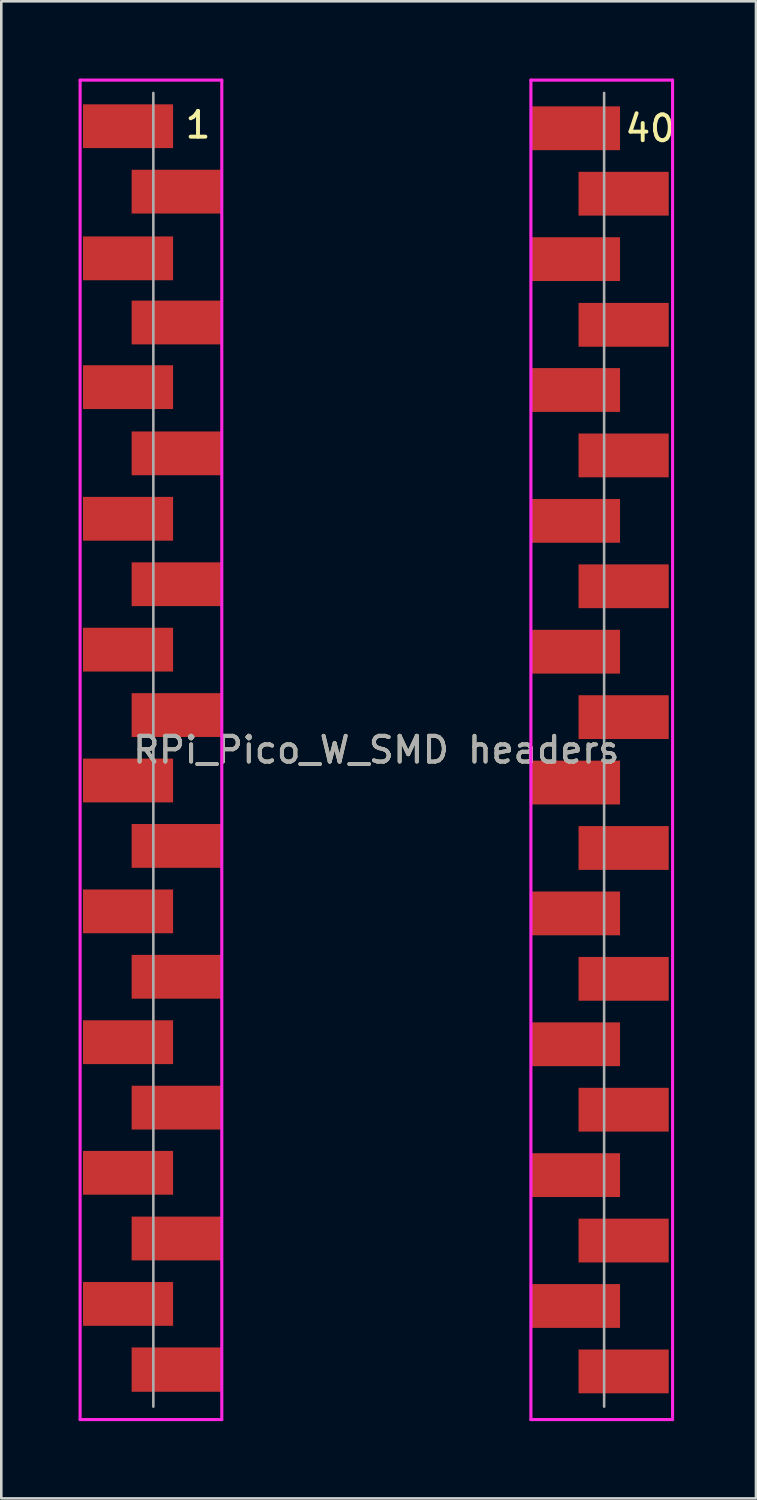
<source format=kicad_pcb>
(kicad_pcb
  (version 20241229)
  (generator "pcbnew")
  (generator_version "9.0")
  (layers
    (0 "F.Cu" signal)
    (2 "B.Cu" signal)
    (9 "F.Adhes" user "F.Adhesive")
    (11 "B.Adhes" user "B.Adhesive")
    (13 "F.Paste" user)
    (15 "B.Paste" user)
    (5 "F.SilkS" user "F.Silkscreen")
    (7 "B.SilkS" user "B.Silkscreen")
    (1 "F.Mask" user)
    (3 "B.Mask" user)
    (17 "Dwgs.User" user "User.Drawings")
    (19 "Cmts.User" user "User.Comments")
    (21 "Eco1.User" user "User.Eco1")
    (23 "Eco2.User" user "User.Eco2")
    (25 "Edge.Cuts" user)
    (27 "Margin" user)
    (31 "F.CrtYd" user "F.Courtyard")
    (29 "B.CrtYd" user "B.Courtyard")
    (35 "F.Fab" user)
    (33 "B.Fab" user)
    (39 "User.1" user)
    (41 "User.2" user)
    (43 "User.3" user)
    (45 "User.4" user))
  (footprint "RPi_Pico_W_SMD headers"
    (layer "F.Cu")
    (at 11.56 26.06)
    (property "Reference" "RPi_Pico_W_SMD headers" (at 0 0 0) (layer "F.SilkS") (effects (font (size 1 1) (thickness 0.15))))
    (attr smd)
    (fp_line (start -11.5 -26) (end -6 -26) (stroke (width 0.12) (type solid)) (layer "F.CrtYd"))
    (fp_line (start -11.5 26) (end -11.5 -26) (stroke (width 0.12) (type solid)) (layer "F.CrtYd"))
    (fp_line (start -6 -26) (end -6 26) (stroke (width 0.12) (type solid)) (layer "F.CrtYd"))
    (fp_line (start -6 26) (end -11.5 26) (stroke (width 0.12) (type solid)) (layer "F.CrtYd"))
    (fp_line (start 6 -26) (end 11.5 -26) (stroke (width 0.12) (type solid)) (layer "F.CrtYd"))
    (fp_line (start 6 26) (end 6 -26) (stroke (width 0.12) (type solid)) (layer "F.CrtYd"))
    (fp_line (start 11.5 -26) (end 11.5 26) (stroke (width 0.12) (type solid)) (layer "F.CrtYd"))
    (fp_line (start 11.5 26) (end 6 26) (stroke (width 0.12) (type solid)) (layer "F.CrtYd"))
    (fp_line (start -8.657 -25.502) (end -8.657 25.498) (stroke (width 0.1) (type default)) (layer "F.Fab"))
    (fp_line (start 8.843 -25.502) (end 8.843 25.498) (stroke (width 0.1) (type default)) (layer "F.Fab"))
    (fp_text user "1" (at -7.5 -23.674 0) (unlocked yes) (layer "F.SilkS") (effects (font (size 1 1) (thickness 0.153)) (justify left bottom)))
    (fp_text user "40" (at 9.574 -23.537 0) (unlocked yes) (layer "F.SilkS") (effects (font (size 1 1) (thickness 0.153)) (justify left bottom)))
    (fp_text user "${REFERENCE}" (at 0 0 180) (layer "F.Fab") (effects (font (size 1 1) (thickness 0.15))))
    (pad "1" smd rect (at -10.54 -24.21) (size 3.5 1.7) (drill (offset 0.9 0)) (layers "F.Cu" "F.Mask"))
    (pad "2" smd rect (at -8.65 -21.67) (size 3.46 1.7) (drill (offset 0.88 0)) (layers "F.Cu" "F.Mask"))
    (pad "3" smd rect (at -10.54 -19.08) (size 3.5 1.7) (drill (offset 0.9 0)) (layers "F.Cu" "F.Mask"))
    (pad "4" smd rect (at -8.65 -16.59) (size 3.46 1.7) (drill (offset 0.88 0)) (layers "F.Cu" "F.Mask"))
    (pad "5" smd rect (at -10.54 -14.08) (size 3.5 1.7) (drill (offset 0.9 0)) (layers "F.Cu" "F.Mask"))
    (pad "6" smd rect (at -8.65 -11.51) (size 3.46 1.7) (drill (offset 0.88 0)) (layers "F.Cu" "F.Mask"))
    (pad "7" smd rect (at -10.54 -8.97) (size 3.5 1.7) (drill (offset 0.9 0)) (layers "F.Cu" "F.Mask"))
    (pad "8" smd rect (at -8.65 -6.43) (size 3.46 1.7) (drill (offset 0.88 0)) (layers "F.Cu" "F.Mask"))
    (pad "9" smd rect (at -10.54 -3.89) (size 3.5 1.7) (drill (offset 0.9 0)) (layers "F.Cu" "F.Mask"))
    (pad "10" smd rect (at -8.65 -1.35) (size 3.46 1.7) (drill (offset 0.88 0)) (layers "F.Cu" "F.Mask"))
    (pad "11" smd rect (at -10.54 1.19) (size 3.5 1.7) (drill (offset 0.9 0)) (layers "F.Cu" "F.Mask"))
    (pad "12" smd rect (at -8.65 3.73) (size 3.46 1.7) (drill (offset 0.88 0)) (layers "F.Cu" "F.Mask"))
    (pad "13" smd rect (at -10.54 6.27) (size 3.5 1.7) (drill (offset 0.9 0)) (layers "F.Cu" "F.Mask"))
    (pad "14" smd rect (at -8.65 8.81) (size 3.46 1.7) (drill (offset 0.88 0)) (layers "F.Cu" "F.Mask"))
    (pad "15" smd rect (at -10.54 11.35) (size 3.5 1.7) (drill (offset 0.9 0)) (layers "F.Cu" "F.Mask"))
    (pad "16" smd rect (at -8.65 13.89) (size 3.46 1.7) (drill (offset 0.88 0)) (layers "F.Cu" "F.Mask"))
    (pad "17" smd rect (at -10.54 16.42) (size 3.5 1.7) (drill (offset 0.9 0)) (layers "F.Cu" "F.Mask"))
    (pad "18" smd rect (at -8.65 18.97) (size 3.46 1.7) (drill (offset 0.88 0)) (layers "F.Cu" "F.Mask"))
    (pad "19" smd rect (at -10.54 21.51) (size 3.5 1.7) (drill (offset 0.9 0)) (layers "F.Cu" "F.Mask"))
    (pad "20" smd rect (at -8.65 24.05) (size 3.46 1.72) (drill (offset 0.88 0.01)) (layers "F.Cu" "F.Mask"))
    (pad "21" smd rect (at 10.5 24.13) (size 3.5 1.7) (drill (offset -0.9 0)) (layers "F.Cu" "F.Mask"))
    (pad "22" smd rect (at 8.61 21.59) (size 3.46 1.7) (drill (offset -0.88 0)) (layers "F.Cu" "F.Mask"))
    (pad "23" smd rect (at 10.5 19.05) (size 3.5 1.7) (drill (offset -0.9 0)) (layers "F.Cu" "F.Mask"))
    (pad "24" smd rect (at 8.61 16.51) (size 3.46 1.7) (drill (offset -0.88 0)) (layers "F.Cu" "F.Mask"))
    (pad "25" smd rect (at 10.5 13.97) (size 3.5 1.7) (drill (offset -0.9 0)) (layers "F.Cu" "F.Mask"))
    (pad "26" smd rect (at 8.61 11.43) (size 3.46 1.7) (drill (offset -0.88 0)) (layers "F.Cu" "F.Mask"))
    (pad "27" smd rect (at 10.5 8.89) (size 3.5 1.7) (drill (offset -0.9 0)) (layers "F.Cu" "F.Mask"))
    (pad "28" smd rect (at 8.61 6.35) (size 3.46 1.7) (drill (offset -0.88 0)) (layers "F.Cu" "F.Mask"))
    (pad "29" smd rect (at 10.5 3.81) (size 3.5 1.7) (drill (offset -0.9 0)) (layers "F.Cu" "F.Mask"))
    (pad "30" smd rect (at 8.61 1.27) (size 3.46 1.7) (drill (offset -0.88 0)) (layers "F.Cu" "F.Mask"))
    (pad "31" smd rect (at 10.5 -1.27) (size 3.5 1.7) (drill (offset -0.9 0)) (layers "F.Cu" "F.Mask"))
    (pad "32" smd rect (at 8.61 -3.81) (size 3.46 1.7) (drill (offset -0.88 0)) (layers "F.Cu" "F.Mask"))
    (pad "33" smd rect (at 10.5 -6.35) (size 3.5 1.7) (drill (offset -0.9 0)) (layers "F.Cu" "F.Mask"))
    (pad "34" smd rect (at 8.61 -8.89) (size 3.46 1.7) (drill (offset -0.88 0)) (layers "F.Cu" "F.Mask"))
    (pad "35" smd rect (at 10.5 -11.43) (size 3.5 1.7) (drill (offset -0.9 0)) (layers "F.Cu" "F.Mask"))
    (pad "36" smd rect (at 8.61 -13.97) (size 3.46 1.7) (drill (offset -0.88 0)) (layers "F.Cu" "F.Mask"))
    (pad "37" smd rect (at 10.5 -16.5) (size 3.5 1.7) (drill (offset -0.9 0)) (layers "F.Cu" "F.Mask"))
    (pad "38" smd rect (at 8.61 -19.05) (size 3.46 1.7) (drill (offset -0.88 0)) (layers "F.Cu" "F.Mask"))
    (pad "39" smd rect (at 10.5 -21.59) (size 3.5 1.7) (drill (offset -0.9 0)) (layers "F.Cu" "F.Mask"))
    (pad "40" smd rect (at 8.61 -24.13) (size 3.46 1.7) (drill (offset -0.88 0)) (layers "F.Cu" "F.Mask")))
  (gr_rect
    (start -3 -3)
    (end 26.298 55.12)
    (stroke (width 0.1) (type default))
    (fill no)
    (layer "Edge.Cuts")))
</source>
